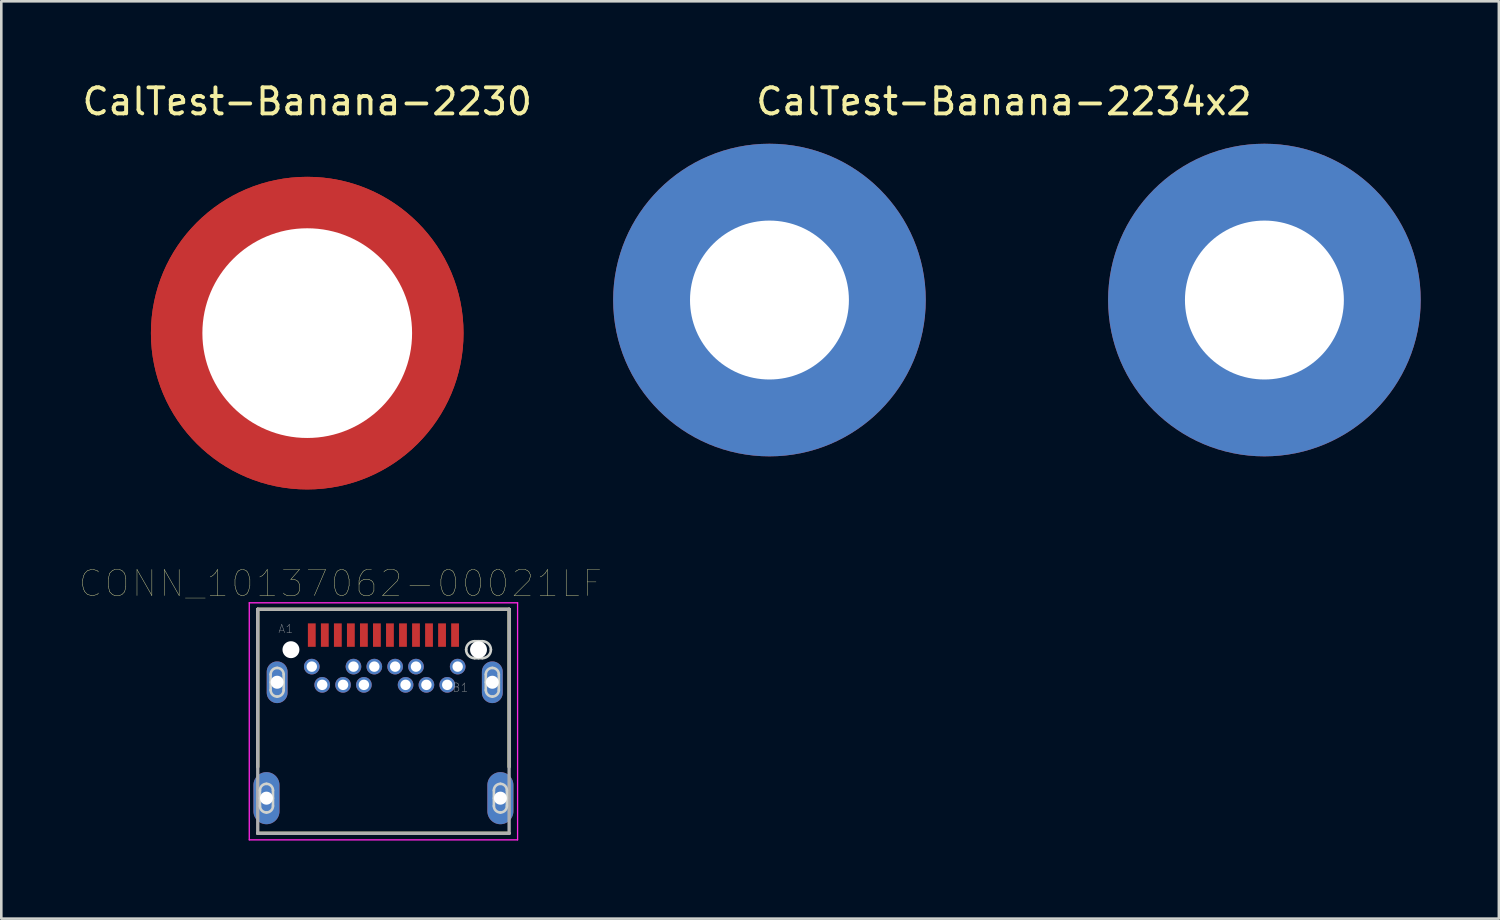
<source format=kicad_pcb>
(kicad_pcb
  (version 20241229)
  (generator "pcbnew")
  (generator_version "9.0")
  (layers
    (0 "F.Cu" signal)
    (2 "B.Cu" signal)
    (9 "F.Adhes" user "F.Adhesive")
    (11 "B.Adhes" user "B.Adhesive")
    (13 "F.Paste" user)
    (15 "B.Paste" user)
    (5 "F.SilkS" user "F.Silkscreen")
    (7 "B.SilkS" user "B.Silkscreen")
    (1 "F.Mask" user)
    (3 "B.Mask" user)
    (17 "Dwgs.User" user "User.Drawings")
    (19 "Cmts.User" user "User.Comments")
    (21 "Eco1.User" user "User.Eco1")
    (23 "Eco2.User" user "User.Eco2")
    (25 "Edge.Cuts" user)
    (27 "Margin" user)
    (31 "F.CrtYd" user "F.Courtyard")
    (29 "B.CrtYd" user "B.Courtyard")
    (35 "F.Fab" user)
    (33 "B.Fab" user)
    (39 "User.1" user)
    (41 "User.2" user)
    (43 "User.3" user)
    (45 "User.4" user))
  (footprint "CONN_10137062-00021LF"
    (layer "F.Cu")
    (at 11.669 21.89)
    (property "Reference" "CONN_10137062-00021LF" (at -1.651 -2.54 0) (layer "F.SilkS") (effects (font (size 1 1) (thickness 0.015))))
    (attr through_hole)
    (fp_line (start -4.825 -1.55) (end -4.825 4.5) (stroke (width 0.127) (type solid)) (layer "F.SilkS"))
    (fp_line (start -4.825 -1.55) (end 4.825 -1.55) (stroke (width 0.127) (type solid)) (layer "F.SilkS"))
    (fp_line (start 4.825 -1.55) (end 4.825 4.5) (stroke (width 0.127) (type solid)) (layer "F.SilkS"))
    (fp_line (start 4.825 7.05) (end -4.825 7.05) (stroke (width 0.127) (type solid)) (layer "F.SilkS"))
    (fp_line (start -4.74 5.7) (end -4.74 5.4) (stroke (width 0.1) (type solid)) (layer "Edge.Cuts"))
    (fp_line (start -4.74 6) (end -4.74 5.7) (stroke (width 0.1) (type solid)) (layer "Edge.Cuts"))
    (fp_line (start -4.33 1.25) (end -4.33 0.95) (stroke (width 0.1) (type solid)) (layer "Edge.Cuts"))
    (fp_line (start -4.33 1.55) (end -4.33 1.25) (stroke (width 0.1) (type solid)) (layer "Edge.Cuts"))
    (fp_line (start -4.24 5.4) (end -4.24 5.7) (stroke (width 0.1) (type solid)) (layer "Edge.Cuts"))
    (fp_line (start -4.24 5.7) (end -4.24 6) (stroke (width 0.1) (type solid)) (layer "Edge.Cuts"))
    (fp_line (start -3.83 0.95) (end -3.83 1.25) (stroke (width 0.1) (type solid)) (layer "Edge.Cuts"))
    (fp_line (start -3.83 1.25) (end -3.83 1.55) (stroke (width 0.1) (type solid)) (layer "Edge.Cuts"))
    (fp_line (start 3.5 -0.325) (end 3.65 -0.325) (stroke (width 0.1) (type solid)) (layer "Edge.Cuts"))
    (fp_line (start 3.65 -0.325) (end 3.8 -0.325) (stroke (width 0.1) (type solid)) (layer "Edge.Cuts"))
    (fp_line (start 3.65 0.325) (end 3.5 0.325) (stroke (width 0.1) (type solid)) (layer "Edge.Cuts"))
    (fp_line (start 3.8 0.325) (end 3.65 0.325) (stroke (width 0.1) (type solid)) (layer "Edge.Cuts"))
    (fp_line (start 3.93 1.25) (end 3.93 0.95) (stroke (width 0.1) (type solid)) (layer "Edge.Cuts"))
    (fp_line (start 3.93 1.55) (end 3.93 1.25) (stroke (width 0.1) (type solid)) (layer "Edge.Cuts"))
    (fp_line (start 4.24 5.7) (end 4.24 5.4) (stroke (width 0.1) (type solid)) (layer "Edge.Cuts"))
    (fp_line (start 4.24 6) (end 4.24 5.7) (stroke (width 0.1) (type solid)) (layer "Edge.Cuts"))
    (fp_line (start 4.43 0.95) (end 4.43 1.25) (stroke (width 0.1) (type solid)) (layer "Edge.Cuts"))
    (fp_line (start 4.43 1.25) (end 4.43 1.55) (stroke (width 0.1) (type solid)) (layer "Edge.Cuts"))
    (fp_line (start 4.74 5.4) (end 4.74 5.7) (stroke (width 0.1) (type solid)) (layer "Edge.Cuts"))
    (fp_line (start 4.74 5.7) (end 4.74 6) (stroke (width 0.1) (type solid)) (layer "Edge.Cuts"))
    (fp_arc (start -4.74 5.4) (mid -4.666777 5.223223) (end -4.49 5.15) (stroke (width 0.1) (type solid)) (layer "Edge.Cuts"))
    (fp_arc (start -4.49 5.15) (mid -4.313223 5.223223) (end -4.24 5.4) (stroke (width 0.1) (type solid)) (layer "Edge.Cuts"))
    (fp_arc (start -4.49 6.25) (mid -4.666777 6.176777) (end -4.74 6) (stroke (width 0.1) (type solid)) (layer "Edge.Cuts"))
    (fp_arc (start -4.33 0.95) (mid -4.256777 0.773223) (end -4.08 0.7) (stroke (width 0.1) (type solid)) (layer "Edge.Cuts"))
    (fp_arc (start -4.24 6) (mid -4.313223 6.176777) (end -4.49 6.25) (stroke (width 0.1) (type solid)) (layer "Edge.Cuts"))
    (fp_arc (start -4.08 0.7) (mid -3.903223 0.773223) (end -3.83 0.95) (stroke (width 0.1) (type solid)) (layer "Edge.Cuts"))
    (fp_arc (start -4.08 1.8) (mid -4.256777 1.726777) (end -4.33 1.55) (stroke (width 0.1) (type solid)) (layer "Edge.Cuts"))
    (fp_arc (start -3.83 1.55) (mid -3.903223 1.726777) (end -4.08 1.8) (stroke (width 0.1) (type solid)) (layer "Edge.Cuts"))
    (fp_arc (start 3.175 0) (mid 3.27019 -0.22981) (end 3.5 -0.325) (stroke (width 0.1) (type solid)) (layer "Edge.Cuts"))
    (fp_arc (start 3.5 0.325) (mid 3.27019 0.22981) (end 3.175 0) (stroke (width 0.1) (type solid)) (layer "Edge.Cuts"))
    (fp_arc (start 3.8 -0.325) (mid 4.02981 -0.22981) (end 4.125 0) (stroke (width 0.1) (type solid)) (layer "Edge.Cuts"))
    (fp_arc (start 3.93 0.95) (mid 4.003223 0.773223) (end 4.18 0.7) (stroke (width 0.1) (type solid)) (layer "Edge.Cuts"))
    (fp_arc (start 4.125 0) (mid 4.02981 0.22981) (end 3.8 0.325) (stroke (width 0.1) (type solid)) (layer "Edge.Cuts"))
    (fp_arc (start 4.18 0.7) (mid 4.356777 0.773223) (end 4.43 0.95) (stroke (width 0.1) (type solid)) (layer "Edge.Cuts"))
    (fp_arc (start 4.18 1.8) (mid 4.003223 1.726777) (end 3.93 1.55) (stroke (width 0.1) (type solid)) (layer "Edge.Cuts"))
    (fp_arc (start 4.24 5.4) (mid 4.313223 5.223223) (end 4.49 5.15) (stroke (width 0.1) (type solid)) (layer "Edge.Cuts"))
    (fp_arc (start 4.43 1.55) (mid 4.356777 1.726777) (end 4.18 1.8) (stroke (width 0.1) (type solid)) (layer "Edge.Cuts"))
    (fp_arc (start 4.49 5.15) (mid 4.666777 5.223223) (end 4.74 5.4) (stroke (width 0.1) (type solid)) (layer "Edge.Cuts"))
    (fp_arc (start 4.49 6.25) (mid 4.313223 6.176777) (end 4.24 6) (stroke (width 0.1) (type solid)) (layer "Edge.Cuts"))
    (fp_arc (start 4.74 6) (mid 4.666777 6.176777) (end 4.49 6.25) (stroke (width 0.1) (type solid)) (layer "Edge.Cuts"))
    (fp_line (start -5.15 -1.8) (end 5.15 -1.8) (stroke (width 0.05) (type solid)) (layer "F.CrtYd"))
    (fp_line (start -5.15 7.3) (end -5.15 -1.8) (stroke (width 0.05) (type solid)) (layer "F.CrtYd"))
    (fp_line (start 5.15 -1.8) (end 5.15 7.3) (stroke (width 0.05) (type solid)) (layer "F.CrtYd"))
    (fp_line (start 5.15 7.3) (end -5.15 7.3) (stroke (width 0.05) (type solid)) (layer "F.CrtYd"))
    (fp_line (start -4.825 -1.55) (end 4.825 -1.55) (stroke (width 0.127) (type solid)) (layer "F.Fab"))
    (fp_line (start -4.825 7.05) (end -4.825 -1.55) (stroke (width 0.127) (type solid)) (layer "F.Fab"))
    (fp_line (start 4.825 -1.55) (end 4.825 7.05) (stroke (width 0.127) (type solid)) (layer "F.Fab"))
    (fp_line (start 4.825 7.05) (end -4.825 7.05) (stroke (width 0.127) (type solid)) (layer "F.Fab"))
    (fp_text user "A1" (at -3.75 -0.8 0) (layer "F.Fab") (effects (font (size 0.32 0.32) (thickness 0.015))))
    (fp_text user "B1" (at 2.95 1.45 0) (layer "F.Fab") (effects (font (size 0.32 0.32) (thickness 0.015))))
    (pad "" np_thru_hole circle (at -3.55 0) (size 0.65 0.65) (drill 0.65) (layers "*.Cu" "*.Mask"))
    (pad "" np_thru_hole circle (at 3.65 0) (size 0.65 0.65) (drill 0.65) (layers "*.Cu" "*.Mask"))
    (pad "A1" smd rect (at -2.75 -0.56) (size 0.3 0.9) (layers "F.Cu" "F.Mask" "F.Paste"))
    (pad "A2" smd rect (at -2.25 -0.56) (size 0.3 0.9) (layers "F.Cu" "F.Mask" "F.Paste"))
    (pad "A3" smd rect (at -1.75 -0.56) (size 0.3 0.9) (layers "F.Cu" "F.Mask" "F.Paste"))
    (pad "A4" smd rect (at -1.25 -0.56) (size 0.3 0.9) (layers "F.Cu" "F.Mask" "F.Paste"))
    (pad "A5" smd rect (at -0.75 -0.56) (size 0.3 0.9) (layers "F.Cu" "F.Mask" "F.Paste"))
    (pad "A6" smd rect (at -0.25 -0.56) (size 0.3 0.9) (layers "F.Cu" "F.Mask" "F.Paste"))
    (pad "A7" smd rect (at 0.25 -0.56) (size 0.3 0.9) (layers "F.Cu" "F.Mask" "F.Paste"))
    (pad "A8" smd rect (at 0.75 -0.56) (size 0.3 0.9) (layers "F.Cu" "F.Mask" "F.Paste"))
    (pad "A9" smd rect (at 1.25 -0.56) (size 0.3 0.9) (layers "F.Cu" "F.Mask" "F.Paste"))
    (pad "A10" smd rect (at 1.75 -0.56) (size 0.3 0.9) (layers "F.Cu" "F.Mask" "F.Paste"))
    (pad "A11" smd rect (at 2.25 -0.56) (size 0.3 0.9) (layers "F.Cu" "F.Mask" "F.Paste"))
    (pad "A12" smd rect (at 2.75 -0.56) (size 0.3 0.9) (layers "F.Cu" "F.Mask" "F.Paste"))
    (pad "B1" thru_hole circle (at 2.85 0.65) (size 0.6 0.6) (drill 0.4) (layers "*.Cu" "*.Mask"))
    (pad "B2" thru_hole circle (at 2.45 1.35) (size 0.6 0.6) (drill 0.4) (layers "*.Cu" "*.Mask"))
    (pad "B3" thru_hole circle (at 1.65 1.35) (size 0.6 0.6) (drill 0.4) (layers "*.Cu" "*.Mask"))
    (pad "B4" thru_hole circle (at 1.25 0.65) (size 0.6 0.6) (drill 0.4) (layers "*.Cu" "*.Mask"))
    (pad "B5" thru_hole circle (at 0.85 1.35) (size 0.6 0.6) (drill 0.4) (layers "*.Cu" "*.Mask"))
    (pad "B6" thru_hole circle (at 0.45 0.65) (size 0.6 0.6) (drill 0.4) (layers "*.Cu" "*.Mask"))
    (pad "B7" thru_hole circle (at -0.35 0.65) (size 0.6 0.6) (drill 0.4) (layers "*.Cu" "*.Mask"))
    (pad "B8" thru_hole circle (at -0.75 1.35) (size 0.6 0.6) (drill 0.4) (layers "*.Cu" "*.Mask"))
    (pad "B9" thru_hole circle (at -1.15 0.65) (size 0.6 0.6) (drill 0.4) (layers "*.Cu" "*.Mask"))
    (pad "B10" thru_hole circle (at -1.55 1.35) (size 0.6 0.6) (drill 0.4) (layers "*.Cu" "*.Mask"))
    (pad "B11" thru_hole circle (at -2.35 1.35) (size 0.6 0.6) (drill 0.4) (layers "*.Cu" "*.Mask"))
    (pad "B12" thru_hole circle (at -2.75 0.65) (size 0.6 0.6) (drill 0.4) (layers "*.Cu" "*.Mask"))
    (pad "S1" thru_hole oval (at -4.08 1.25) (size 0.8 1.6) (drill 0.5) (layers "*.Cu" "*.Mask"))
    (pad "S2" thru_hole oval (at 4.18 1.25) (size 0.8 1.6) (drill 0.5) (layers "*.Cu" "*.Mask"))
    (pad "S3" thru_hole oval (at -4.49 5.7) (size 1 2) (drill 0.5) (layers "*.Cu" "*.Mask"))
    (pad "S4" thru_hole oval (at 4.49 5.7) (size 1 2) (drill 0.5) (layers "*.Cu" "*.Mask")))
  (footprint "CalTest-Banana-2234x2"
    (layer "F.Cu")
    (at 35.488 8.468)
    (property "Reference" "CalTest-Banana-2234x2" (at 0 -7.62 0) (layer "F.SilkS") (effects (font (size 1 1) (thickness 0.15))))
    (attr through_hole)
    (pad "1" thru_hole circle (at -9 0) (size 12 12) (drill 6.1) (layers "*.Cu" "*.Mask"))
    (pad "2" thru_hole circle (at 10 0) (size 12 12) (drill 6.1) (layers "*.Cu" "*.Mask")))
  (footprint "CalTest-Banana-2230"
    (layer "F.Cu")
    (at 8.744 9.738)
    (property "Reference" "CalTest-Banana-2230" (at 0 -8.89 0) (layer "F.SilkS") (effects (font (size 1 1) (thickness 0.15))))
    (attr through_hole)
    (pad "" np_thru_hole circle (at 0 0) (size 8.05 8.05) (drill 8.05) (layers "*.Cu" "*.Mask"))
    (pad "1" smd circle (at 0 0) (size 12 12) (layers "F.Cu" "F.Mask" "F.Paste"))
    (pad "1" smd circle (at 0 0) (size 12 12) (layers "F.Cu" "B.Mask" "B.Paste")))
  (gr_rect
    (start -3 -3)
    (end 54.488 32.215)
    (stroke (width 0.1) (type default))
    (fill no)
    (layer "Edge.Cuts")))
</source>
